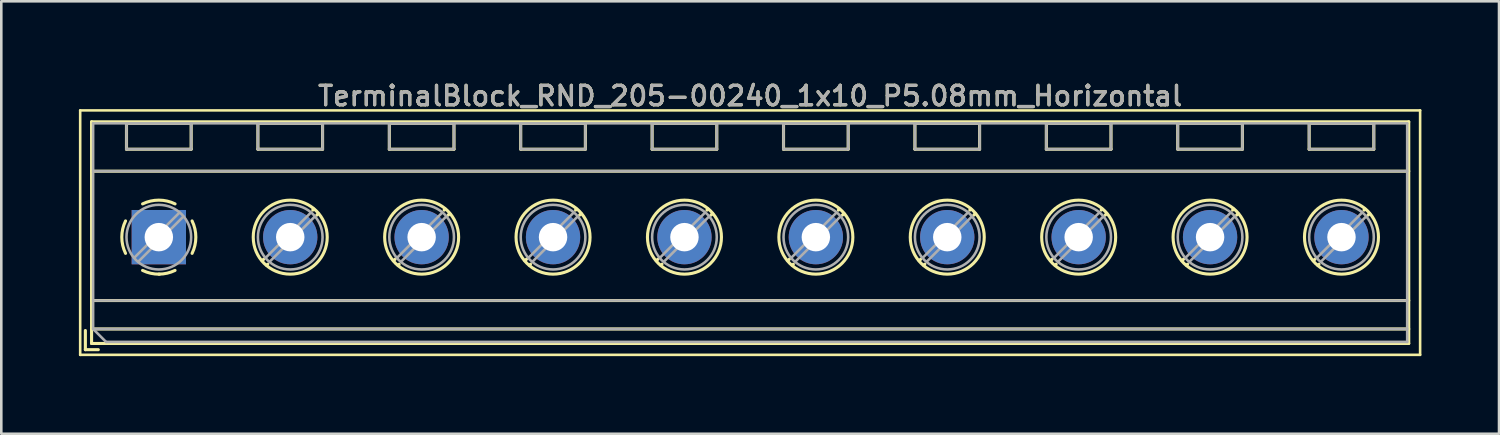
<source format=kicad_pcb>
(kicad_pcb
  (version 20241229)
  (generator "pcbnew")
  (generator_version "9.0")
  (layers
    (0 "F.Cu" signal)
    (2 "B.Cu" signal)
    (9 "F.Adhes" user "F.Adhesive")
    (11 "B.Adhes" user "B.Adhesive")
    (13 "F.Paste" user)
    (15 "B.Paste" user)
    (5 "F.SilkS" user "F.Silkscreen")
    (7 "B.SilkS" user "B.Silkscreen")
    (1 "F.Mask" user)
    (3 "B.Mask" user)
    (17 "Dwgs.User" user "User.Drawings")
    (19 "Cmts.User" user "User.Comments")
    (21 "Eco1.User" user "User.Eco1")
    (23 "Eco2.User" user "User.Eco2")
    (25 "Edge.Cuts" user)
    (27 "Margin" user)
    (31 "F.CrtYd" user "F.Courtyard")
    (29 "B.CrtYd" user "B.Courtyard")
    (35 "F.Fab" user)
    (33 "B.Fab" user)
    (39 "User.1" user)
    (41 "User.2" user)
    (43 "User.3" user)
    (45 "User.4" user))
  (footprint "TerminalBlock_RND_205-00240_1x10_P5.08mm_Horizontal"
    (layer "F.Cu")
    (at 3.09 6.118)
    (property "Reference" "TerminalBlock_RND_205-00240_1x10_P5.08mm_Horizontal" (at 22.86 -5.46 0) (layer "F.SilkS") (effects (font (size 0.75 0.75) (thickness 0.125))))
    (attr through_hole)
    (fp_line (start -3.04 -4.9) (end -3.04 4.55) (stroke (width 0.1) (type solid)) (layer "F.SilkS"))
    (fp_line (start -3.04 4.55) (end 48.76 4.55) (stroke (width 0.1) (type solid)) (layer "F.SilkS"))
    (fp_line (start -2.84 3.61) (end -2.84 4.35) (stroke (width 0.12) (type solid)) (layer "F.SilkS"))
    (fp_line (start -2.84 4.35) (end -2.34 4.35) (stroke (width 0.12) (type solid)) (layer "F.SilkS"))
    (fp_line (start -2.6 -4.46) (end -2.6 4.11) (stroke (width 0.12) (type solid)) (layer "F.SilkS"))
    (fp_line (start -2.6 -4.46) (end 48.32 -4.46) (stroke (width 0.12) (type solid)) (layer "F.SilkS"))
    (fp_line (start -2.6 -2.55) (end 48.32 -2.55) (stroke (width 0.12) (type solid)) (layer "F.SilkS"))
    (fp_line (start -2.6 2.45) (end 48.32 2.45) (stroke (width 0.12) (type solid)) (layer "F.SilkS"))
    (fp_line (start -2.6 3.55) (end 48.32 3.55) (stroke (width 0.12) (type solid)) (layer "F.SilkS"))
    (fp_line (start -2.6 4.11) (end 48.32 4.11) (stroke (width 0.12) (type solid)) (layer "F.SilkS"))
    (fp_line (start -1.25 -4.4) (end -1.25 -3.4) (stroke (width 0.12) (type solid)) (layer "F.SilkS"))
    (fp_line (start -1.25 -4.4) (end 1.25 -4.4) (stroke (width 0.12) (type solid)) (layer "F.SilkS"))
    (fp_line (start -1.25 -3.4) (end 1.25 -3.4) (stroke (width 0.12) (type solid)) (layer "F.SilkS"))
    (fp_line (start 1.25 -4.4) (end 1.25 -3.4) (stroke (width 0.12) (type solid)) (layer "F.SilkS"))
    (fp_line (start 3.83 -4.4) (end 3.83 -3.4) (stroke (width 0.12) (type solid)) (layer "F.SilkS"))
    (fp_line (start 3.83 -4.4) (end 6.33 -4.4) (stroke (width 0.12) (type solid)) (layer "F.SilkS"))
    (fp_line (start 3.83 -3.4) (end 6.33 -3.4) (stroke (width 0.12) (type solid)) (layer "F.SilkS"))
    (fp_line (start 4.056 0.85) (end 3.996 0.91) (stroke (width 0.12) (type solid)) (layer "F.SilkS"))
    (fp_line (start 4.21 1.045) (end 4.17 1.085) (stroke (width 0.12) (type solid)) (layer "F.SilkS"))
    (fp_line (start 5.991 -1.085) (end 5.951 -1.045) (stroke (width 0.12) (type solid)) (layer "F.SilkS"))
    (fp_line (start 6.165 -0.91) (end 6.105 -0.851) (stroke (width 0.12) (type solid)) (layer "F.SilkS"))
    (fp_line (start 6.33 -4.4) (end 6.33 -3.4) (stroke (width 0.12) (type solid)) (layer "F.SilkS"))
    (fp_line (start 8.91 -4.4) (end 8.91 -3.4) (stroke (width 0.12) (type solid)) (layer "F.SilkS"))
    (fp_line (start 8.91 -4.4) (end 11.41 -4.4) (stroke (width 0.12) (type solid)) (layer "F.SilkS"))
    (fp_line (start 8.91 -3.4) (end 11.41 -3.4) (stroke (width 0.12) (type solid)) (layer "F.SilkS"))
    (fp_line (start 9.136 0.85) (end 9.076 0.91) (stroke (width 0.12) (type solid)) (layer "F.SilkS"))
    (fp_line (start 9.29 1.045) (end 9.25 1.085) (stroke (width 0.12) (type solid)) (layer "F.SilkS"))
    (fp_line (start 11.071 -1.085) (end 11.031 -1.045) (stroke (width 0.12) (type solid)) (layer "F.SilkS"))
    (fp_line (start 11.245 -0.91) (end 11.185 -0.851) (stroke (width 0.12) (type solid)) (layer "F.SilkS"))
    (fp_line (start 11.41 -4.4) (end 11.41 -3.4) (stroke (width 0.12) (type solid)) (layer "F.SilkS"))
    (fp_line (start 13.99 -4.4) (end 13.99 -3.4) (stroke (width 0.12) (type solid)) (layer "F.SilkS"))
    (fp_line (start 13.99 -4.4) (end 16.49 -4.4) (stroke (width 0.12) (type solid)) (layer "F.SilkS"))
    (fp_line (start 13.99 -3.4) (end 16.49 -3.4) (stroke (width 0.12) (type solid)) (layer "F.SilkS"))
    (fp_line (start 14.216 0.85) (end 14.156 0.91) (stroke (width 0.12) (type solid)) (layer "F.SilkS"))
    (fp_line (start 14.37 1.045) (end 14.33 1.085) (stroke (width 0.12) (type solid)) (layer "F.SilkS"))
    (fp_line (start 16.151 -1.085) (end 16.111 -1.045) (stroke (width 0.12) (type solid)) (layer "F.SilkS"))
    (fp_line (start 16.325 -0.91) (end 16.265 -0.851) (stroke (width 0.12) (type solid)) (layer "F.SilkS"))
    (fp_line (start 16.49 -4.4) (end 16.49 -3.4) (stroke (width 0.12) (type solid)) (layer "F.SilkS"))
    (fp_line (start 19.07 -4.4) (end 19.07 -3.4) (stroke (width 0.12) (type solid)) (layer "F.SilkS"))
    (fp_line (start 19.07 -4.4) (end 21.57 -4.4) (stroke (width 0.12) (type solid)) (layer "F.SilkS"))
    (fp_line (start 19.07 -3.4) (end 21.57 -3.4) (stroke (width 0.12) (type solid)) (layer "F.SilkS"))
    (fp_line (start 19.296 0.85) (end 19.236 0.91) (stroke (width 0.12) (type solid)) (layer "F.SilkS"))
    (fp_line (start 19.45 1.045) (end 19.41 1.085) (stroke (width 0.12) (type solid)) (layer "F.SilkS"))
    (fp_line (start 21.231 -1.085) (end 21.191 -1.045) (stroke (width 0.12) (type solid)) (layer "F.SilkS"))
    (fp_line (start 21.405 -0.91) (end 21.345 -0.851) (stroke (width 0.12) (type solid)) (layer "F.SilkS"))
    (fp_line (start 21.57 -4.4) (end 21.57 -3.4) (stroke (width 0.12) (type solid)) (layer "F.SilkS"))
    (fp_line (start 24.15 -4.4) (end 24.15 -3.4) (stroke (width 0.12) (type solid)) (layer "F.SilkS"))
    (fp_line (start 24.15 -4.4) (end 26.65 -4.4) (stroke (width 0.12) (type solid)) (layer "F.SilkS"))
    (fp_line (start 24.15 -3.4) (end 26.65 -3.4) (stroke (width 0.12) (type solid)) (layer "F.SilkS"))
    (fp_line (start 24.376 0.85) (end 24.316 0.91) (stroke (width 0.12) (type solid)) (layer "F.SilkS"))
    (fp_line (start 24.53 1.045) (end 24.49 1.085) (stroke (width 0.12) (type solid)) (layer "F.SilkS"))
    (fp_line (start 26.311 -1.085) (end 26.271 -1.045) (stroke (width 0.12) (type solid)) (layer "F.SilkS"))
    (fp_line (start 26.485 -0.91) (end 26.425 -0.851) (stroke (width 0.12) (type solid)) (layer "F.SilkS"))
    (fp_line (start 26.65 -4.4) (end 26.65 -3.4) (stroke (width 0.12) (type solid)) (layer "F.SilkS"))
    (fp_line (start 29.23 -4.4) (end 29.23 -3.4) (stroke (width 0.12) (type solid)) (layer "F.SilkS"))
    (fp_line (start 29.23 -4.4) (end 31.73 -4.4) (stroke (width 0.12) (type solid)) (layer "F.SilkS"))
    (fp_line (start 29.23 -3.4) (end 31.73 -3.4) (stroke (width 0.12) (type solid)) (layer "F.SilkS"))
    (fp_line (start 29.456 0.85) (end 29.396 0.91) (stroke (width 0.12) (type solid)) (layer "F.SilkS"))
    (fp_line (start 29.61 1.045) (end 29.57 1.085) (stroke (width 0.12) (type solid)) (layer "F.SilkS"))
    (fp_line (start 31.391 -1.085) (end 31.351 -1.045) (stroke (width 0.12) (type solid)) (layer "F.SilkS"))
    (fp_line (start 31.565 -0.91) (end 31.505 -0.851) (stroke (width 0.12) (type solid)) (layer "F.SilkS"))
    (fp_line (start 31.73 -4.4) (end 31.73 -3.4) (stroke (width 0.12) (type solid)) (layer "F.SilkS"))
    (fp_line (start 34.31 -4.4) (end 34.31 -3.4) (stroke (width 0.12) (type solid)) (layer "F.SilkS"))
    (fp_line (start 34.31 -4.4) (end 36.81 -4.4) (stroke (width 0.12) (type solid)) (layer "F.SilkS"))
    (fp_line (start 34.31 -3.4) (end 36.81 -3.4) (stroke (width 0.12) (type solid)) (layer "F.SilkS"))
    (fp_line (start 34.536 0.85) (end 34.476 0.91) (stroke (width 0.12) (type solid)) (layer "F.SilkS"))
    (fp_line (start 34.69 1.045) (end 34.65 1.085) (stroke (width 0.12) (type solid)) (layer "F.SilkS"))
    (fp_line (start 36.471 -1.085) (end 36.431 -1.045) (stroke (width 0.12) (type solid)) (layer "F.SilkS"))
    (fp_line (start 36.645 -0.91) (end 36.585 -0.851) (stroke (width 0.12) (type solid)) (layer "F.SilkS"))
    (fp_line (start 36.81 -4.4) (end 36.81 -3.4) (stroke (width 0.12) (type solid)) (layer "F.SilkS"))
    (fp_line (start 39.39 -4.4) (end 39.39 -3.4) (stroke (width 0.12) (type solid)) (layer "F.SilkS"))
    (fp_line (start 39.39 -4.4) (end 41.89 -4.4) (stroke (width 0.12) (type solid)) (layer "F.SilkS"))
    (fp_line (start 39.39 -3.4) (end 41.89 -3.4) (stroke (width 0.12) (type solid)) (layer "F.SilkS"))
    (fp_line (start 39.616 0.85) (end 39.556 0.91) (stroke (width 0.12) (type solid)) (layer "F.SilkS"))
    (fp_line (start 39.77 1.045) (end 39.73 1.085) (stroke (width 0.12) (type solid)) (layer "F.SilkS"))
    (fp_line (start 41.551 -1.085) (end 41.511 -1.045) (stroke (width 0.12) (type solid)) (layer "F.SilkS"))
    (fp_line (start 41.725 -0.91) (end 41.665 -0.851) (stroke (width 0.12) (type solid)) (layer "F.SilkS"))
    (fp_line (start 41.89 -4.4) (end 41.89 -3.4) (stroke (width 0.12) (type solid)) (layer "F.SilkS"))
    (fp_line (start 44.47 -4.4) (end 44.47 -3.4) (stroke (width 0.12) (type solid)) (layer "F.SilkS"))
    (fp_line (start 44.47 -4.4) (end 46.97 -4.4) (stroke (width 0.12) (type solid)) (layer "F.SilkS"))
    (fp_line (start 44.47 -3.4) (end 46.97 -3.4) (stroke (width 0.12) (type solid)) (layer "F.SilkS"))
    (fp_line (start 44.696 0.85) (end 44.636 0.91) (stroke (width 0.12) (type solid)) (layer "F.SilkS"))
    (fp_line (start 44.85 1.045) (end 44.81 1.085) (stroke (width 0.12) (type solid)) (layer "F.SilkS"))
    (fp_line (start 46.631 -1.085) (end 46.591 -1.045) (stroke (width 0.12) (type solid)) (layer "F.SilkS"))
    (fp_line (start 46.805 -0.91) (end 46.745 -0.851) (stroke (width 0.12) (type solid)) (layer "F.SilkS"))
    (fp_line (start 46.97 -4.4) (end 46.97 -3.4) (stroke (width 0.12) (type solid)) (layer "F.SilkS"))
    (fp_line (start 48.32 -4.46) (end 48.32 4.11) (stroke (width 0.12) (type solid)) (layer "F.SilkS"))
    (fp_line (start 48.76 -4.9) (end -3.04 -4.9) (stroke (width 0.1) (type solid)) (layer "F.SilkS"))
    (fp_line (start 48.76 4.55) (end 48.76 -4.9) (stroke (width 0.1) (type solid)) (layer "F.SilkS"))
    (fp_arc (start -1.286611 0.626746) (mid -1.431146 -0.000697) (end -1.286 -0.628) (stroke (width 0.12) (type solid)) (layer "F.SilkS"))
    (fp_arc (start -0.627362 -1.285823) (mid -0.000201 -1.430707) (end 0.627 -1.286) (stroke (width 0.12) (type solid)) (layer "F.SilkS"))
    (fp_arc (start 0.02428 1.43094) (mid -0.310437 1.397071) (end -0.628 1.286) (stroke (width 0.12) (type solid)) (layer "F.SilkS"))
    (fp_arc (start 0.626871 1.285275) (mid 0.32168 1.393349) (end 0 1.43) (stroke (width 0.12) (type solid)) (layer "F.SilkS"))
    (fp_arc (start 1.285823 -0.627362) (mid 1.430707 -0.000201) (end 1.286 0.627) (stroke (width 0.12) (type solid)) (layer "F.SilkS"))
    (fp_circle (center 5.08 0) (end 6.51 0) (stroke (width 0.12) (type solid)) (fill no) (layer "F.SilkS"))
    (fp_circle (center 10.16 0) (end 11.59 0) (stroke (width 0.12) (type solid)) (fill no) (layer "F.SilkS"))
    (fp_circle (center 15.24 0) (end 16.67 0) (stroke (width 0.12) (type solid)) (fill no) (layer "F.SilkS"))
    (fp_circle (center 20.32 0) (end 21.75 0) (stroke (width 0.12) (type solid)) (fill no) (layer "F.SilkS"))
    (fp_circle (center 25.4 0) (end 26.83 0) (stroke (width 0.12) (type solid)) (fill no) (layer "F.SilkS"))
    (fp_circle (center 30.48 0) (end 31.91 0) (stroke (width 0.12) (type solid)) (fill no) (layer "F.SilkS"))
    (fp_circle (center 35.56 0) (end 36.99 0) (stroke (width 0.12) (type solid)) (fill no) (layer "F.SilkS"))
    (fp_circle (center 40.64 0) (end 42.07 0) (stroke (width 0.12) (type solid)) (fill no) (layer "F.SilkS"))
    (fp_circle (center 45.72 0) (end 47.15 0) (stroke (width 0.12) (type solid)) (fill no) (layer "F.SilkS"))
    (fp_line (start -2.54 -4.4) (end 48.26 -4.4) (stroke (width 0.1) (type solid)) (layer "F.Fab"))
    (fp_line (start -2.54 -2.55) (end 48.26 -2.55) (stroke (width 0.1) (type solid)) (layer "F.Fab"))
    (fp_line (start -2.54 2.45) (end 48.26 2.45) (stroke (width 0.1) (type solid)) (layer "F.Fab"))
    (fp_line (start -2.54 3.55) (end -2.54 -4.4) (stroke (width 0.1) (type solid)) (layer "F.Fab"))
    (fp_line (start -2.54 3.55) (end 48.26 3.55) (stroke (width 0.1) (type solid)) (layer "F.Fab"))
    (fp_line (start -2.04 4.05) (end -2.54 3.55) (stroke (width 0.1) (type solid)) (layer "F.Fab"))
    (fp_line (start -1.25 -4.4) (end -1.25 -3.4) (stroke (width 0.1) (type solid)) (layer "F.Fab"))
    (fp_line (start -1.25 -3.4) (end 1.25 -3.4) (stroke (width 0.1) (type solid)) (layer "F.Fab"))
    (fp_line (start 0.796 -0.948) (end -0.949 0.796) (stroke (width 0.1) (type solid)) (layer "F.Fab"))
    (fp_line (start 0.949 -0.796) (end -0.796 0.948) (stroke (width 0.1) (type solid)) (layer "F.Fab"))
    (fp_line (start 1.25 -4.4) (end -1.25 -4.4) (stroke (width 0.1) (type solid)) (layer "F.Fab"))
    (fp_line (start 1.25 -3.4) (end 1.25 -4.4) (stroke (width 0.1) (type solid)) (layer "F.Fab"))
    (fp_line (start 3.83 -4.4) (end 3.83 -3.4) (stroke (width 0.1) (type solid)) (layer "F.Fab"))
    (fp_line (start 3.83 -3.4) (end 6.33 -3.4) (stroke (width 0.1) (type solid)) (layer "F.Fab"))
    (fp_line (start 5.876 -0.948) (end 4.132 0.796) (stroke (width 0.1) (type solid)) (layer "F.Fab"))
    (fp_line (start 6.029 -0.796) (end 4.285 0.948) (stroke (width 0.1) (type solid)) (layer "F.Fab"))
    (fp_line (start 6.33 -4.4) (end 3.83 -4.4) (stroke (width 0.1) (type solid)) (layer "F.Fab"))
    (fp_line (start 6.33 -3.4) (end 6.33 -4.4) (stroke (width 0.1) (type solid)) (layer "F.Fab"))
    (fp_line (start 8.91 -4.4) (end 8.91 -3.4) (stroke (width 0.1) (type solid)) (layer "F.Fab"))
    (fp_line (start 8.91 -3.4) (end 11.41 -3.4) (stroke (width 0.1) (type solid)) (layer "F.Fab"))
    (fp_line (start 10.956 -0.948) (end 9.212 0.796) (stroke (width 0.1) (type solid)) (layer "F.Fab"))
    (fp_line (start 11.109 -0.796) (end 9.365 0.948) (stroke (width 0.1) (type solid)) (layer "F.Fab"))
    (fp_line (start 11.41 -4.4) (end 8.91 -4.4) (stroke (width 0.1) (type solid)) (layer "F.Fab"))
    (fp_line (start 11.41 -3.4) (end 11.41 -4.4) (stroke (width 0.1) (type solid)) (layer "F.Fab"))
    (fp_line (start 13.99 -4.4) (end 13.99 -3.4) (stroke (width 0.1) (type solid)) (layer "F.Fab"))
    (fp_line (start 13.99 -3.4) (end 16.49 -3.4) (stroke (width 0.1) (type solid)) (layer "F.Fab"))
    (fp_line (start 16.036 -0.948) (end 14.292 0.796) (stroke (width 0.1) (type solid)) (layer "F.Fab"))
    (fp_line (start 16.189 -0.796) (end 14.445 0.948) (stroke (width 0.1) (type solid)) (layer "F.Fab"))
    (fp_line (start 16.49 -4.4) (end 13.99 -4.4) (stroke (width 0.1) (type solid)) (layer "F.Fab"))
    (fp_line (start 16.49 -3.4) (end 16.49 -4.4) (stroke (width 0.1) (type solid)) (layer "F.Fab"))
    (fp_line (start 19.07 -4.4) (end 19.07 -3.4) (stroke (width 0.1) (type solid)) (layer "F.Fab"))
    (fp_line (start 19.07 -3.4) (end 21.57 -3.4) (stroke (width 0.1) (type solid)) (layer "F.Fab"))
    (fp_line (start 21.116 -0.948) (end 19.372 0.796) (stroke (width 0.1) (type solid)) (layer "F.Fab"))
    (fp_line (start 21.269 -0.796) (end 19.525 0.948) (stroke (width 0.1) (type solid)) (layer "F.Fab"))
    (fp_line (start 21.57 -4.4) (end 19.07 -4.4) (stroke (width 0.1) (type solid)) (layer "F.Fab"))
    (fp_line (start 21.57 -3.4) (end 21.57 -4.4) (stroke (width 0.1) (type solid)) (layer "F.Fab"))
    (fp_line (start 24.15 -4.4) (end 24.15 -3.4) (stroke (width 0.1) (type solid)) (layer "F.Fab"))
    (fp_line (start 24.15 -3.4) (end 26.65 -3.4) (stroke (width 0.1) (type solid)) (layer "F.Fab"))
    (fp_line (start 26.196 -0.948) (end 24.452 0.796) (stroke (width 0.1) (type solid)) (layer "F.Fab"))
    (fp_line (start 26.349 -0.796) (end 24.605 0.948) (stroke (width 0.1) (type solid)) (layer "F.Fab"))
    (fp_line (start 26.65 -4.4) (end 24.15 -4.4) (stroke (width 0.1) (type solid)) (layer "F.Fab"))
    (fp_line (start 26.65 -3.4) (end 26.65 -4.4) (stroke (width 0.1) (type solid)) (layer "F.Fab"))
    (fp_line (start 29.23 -4.4) (end 29.23 -3.4) (stroke (width 0.1) (type solid)) (layer "F.Fab"))
    (fp_line (start 29.23 -3.4) (end 31.73 -3.4) (stroke (width 0.1) (type solid)) (layer "F.Fab"))
    (fp_line (start 31.276 -0.948) (end 29.532 0.796) (stroke (width 0.1) (type solid)) (layer "F.Fab"))
    (fp_line (start 31.429 -0.796) (end 29.685 0.948) (stroke (width 0.1) (type solid)) (layer "F.Fab"))
    (fp_line (start 31.73 -4.4) (end 29.23 -4.4) (stroke (width 0.1) (type solid)) (layer "F.Fab"))
    (fp_line (start 31.73 -3.4) (end 31.73 -4.4) (stroke (width 0.1) (type solid)) (layer "F.Fab"))
    (fp_line (start 34.31 -4.4) (end 34.31 -3.4) (stroke (width 0.1) (type solid)) (layer "F.Fab"))
    (fp_line (start 34.31 -3.4) (end 36.81 -3.4) (stroke (width 0.1) (type solid)) (layer "F.Fab"))
    (fp_line (start 36.356 -0.948) (end 34.612 0.796) (stroke (width 0.1) (type solid)) (layer "F.Fab"))
    (fp_line (start 36.509 -0.796) (end 34.765 0.948) (stroke (width 0.1) (type solid)) (layer "F.Fab"))
    (fp_line (start 36.81 -4.4) (end 34.31 -4.4) (stroke (width 0.1) (type solid)) (layer "F.Fab"))
    (fp_line (start 36.81 -3.4) (end 36.81 -4.4) (stroke (width 0.1) (type solid)) (layer "F.Fab"))
    (fp_line (start 39.39 -4.4) (end 39.39 -3.4) (stroke (width 0.1) (type solid)) (layer "F.Fab"))
    (fp_line (start 39.39 -3.4) (end 41.89 -3.4) (stroke (width 0.1) (type solid)) (layer "F.Fab"))
    (fp_line (start 41.436 -0.948) (end 39.692 0.796) (stroke (width 0.1) (type solid)) (layer "F.Fab"))
    (fp_line (start 41.589 -0.796) (end 39.845 0.948) (stroke (width 0.1) (type solid)) (layer "F.Fab"))
    (fp_line (start 41.89 -4.4) (end 39.39 -4.4) (stroke (width 0.1) (type solid)) (layer "F.Fab"))
    (fp_line (start 41.89 -3.4) (end 41.89 -4.4) (stroke (width 0.1) (type solid)) (layer "F.Fab"))
    (fp_line (start 44.47 -4.4) (end 44.47 -3.4) (stroke (width 0.1) (type solid)) (layer "F.Fab"))
    (fp_line (start 44.47 -3.4) (end 46.97 -3.4) (stroke (width 0.1) (type solid)) (layer "F.Fab"))
    (fp_line (start 46.516 -0.948) (end 44.772 0.796) (stroke (width 0.1) (type solid)) (layer "F.Fab"))
    (fp_line (start 46.669 -0.796) (end 44.925 0.948) (stroke (width 0.1) (type solid)) (layer "F.Fab"))
    (fp_line (start 46.97 -4.4) (end 44.47 -4.4) (stroke (width 0.1) (type solid)) (layer "F.Fab"))
    (fp_line (start 46.97 -3.4) (end 46.97 -4.4) (stroke (width 0.1) (type solid)) (layer "F.Fab"))
    (fp_line (start 48.26 -4.4) (end 48.26 4.05) (stroke (width 0.1) (type solid)) (layer "F.Fab"))
    (fp_line (start 48.26 4.05) (end -2.04 4.05) (stroke (width 0.1) (type solid)) (layer "F.Fab"))
    (fp_circle (center 0 0) (end 1.25 0) (stroke (width 0.1) (type solid)) (fill no) (layer "F.Fab"))
    (fp_circle (center 5.08 0) (end 6.33 0) (stroke (width 0.1) (type solid)) (fill no) (layer "F.Fab"))
    (fp_circle (center 10.16 0) (end 11.41 0) (stroke (width 0.1) (type solid)) (fill no) (layer "F.Fab"))
    (fp_circle (center 15.24 0) (end 16.49 0) (stroke (width 0.1) (type solid)) (fill no) (layer "F.Fab"))
    (fp_circle (center 20.32 0) (end 21.57 0) (stroke (width 0.1) (type solid)) (fill no) (layer "F.Fab"))
    (fp_circle (center 25.4 0) (end 26.65 0) (stroke (width 0.1) (type solid)) (fill no) (layer "F.Fab"))
    (fp_circle (center 30.48 0) (end 31.73 0) (stroke (width 0.1) (type solid)) (fill no) (layer "F.Fab"))
    (fp_circle (center 35.56 0) (end 36.81 0) (stroke (width 0.1) (type solid)) (fill no) (layer "F.Fab"))
    (fp_circle (center 40.64 0) (end 41.89 0) (stroke (width 0.1) (type solid)) (fill no) (layer "F.Fab"))
    (fp_circle (center 45.72 0) (end 46.97 0) (stroke (width 0.1) (type solid)) (fill no) (layer "F.Fab"))
    (fp_text user "${REFERENCE}" (at 22.86 -5.46 0) (layer "F.Fab") (effects (font (size 0.75 0.75) (thickness 0.125))))
    (pad "1" thru_hole rect (at 0 0) (size 2.1 2.1) (drill 1.1) (layers "*.Cu" "*.Mask"))
    (pad "2" thru_hole circle (at 5.08 0) (size 2.1 2.1) (drill 1.1) (layers "*.Cu" "*.Mask"))
    (pad "3" thru_hole circle (at 10.16 0) (size 2.1 2.1) (drill 1.1) (layers "*.Cu" "*.Mask"))
    (pad "4" thru_hole circle (at 15.24 0) (size 2.1 2.1) (drill 1.1) (layers "*.Cu" "*.Mask"))
    (pad "5" thru_hole circle (at 20.32 0) (size 2.1 2.1) (drill 1.1) (layers "*.Cu" "*.Mask"))
    (pad "6" thru_hole circle (at 25.4 0) (size 2.1 2.1) (drill 1.1) (layers "*.Cu" "*.Mask"))
    (pad "7" thru_hole circle (at 30.48 0) (size 2.1 2.1) (drill 1.1) (layers "*.Cu" "*.Mask"))
    (pad "8" thru_hole circle (at 35.56 0) (size 2.1 2.1) (drill 1.1) (layers "*.Cu" "*.Mask"))
    (pad "9" thru_hole circle (at 40.64 0) (size 2.1 2.1) (drill 1.1) (layers "*.Cu" "*.Mask"))
    (pad "10" thru_hole circle (at 45.72 0) (size 2.1 2.1) (drill 1.1) (layers "*.Cu" "*.Mask")))
  (gr_rect
    (start -3 -3)
    (end 54.9 13.718)
    (stroke (width 0.1) (type default))
    (fill no)
    (layer "Edge.Cuts")))
</source>
